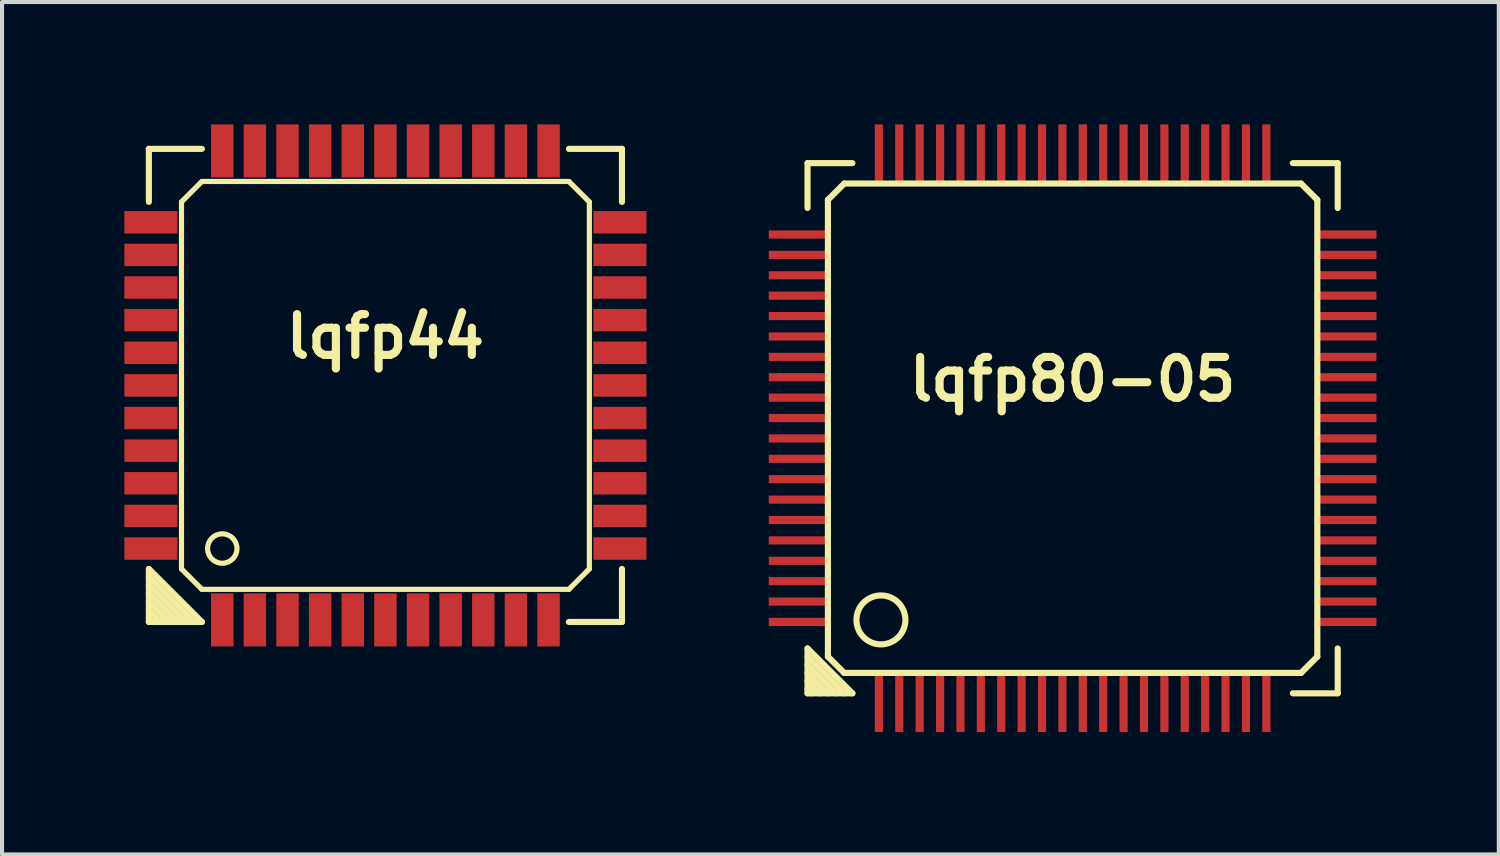
<source format=kicad_pcb>
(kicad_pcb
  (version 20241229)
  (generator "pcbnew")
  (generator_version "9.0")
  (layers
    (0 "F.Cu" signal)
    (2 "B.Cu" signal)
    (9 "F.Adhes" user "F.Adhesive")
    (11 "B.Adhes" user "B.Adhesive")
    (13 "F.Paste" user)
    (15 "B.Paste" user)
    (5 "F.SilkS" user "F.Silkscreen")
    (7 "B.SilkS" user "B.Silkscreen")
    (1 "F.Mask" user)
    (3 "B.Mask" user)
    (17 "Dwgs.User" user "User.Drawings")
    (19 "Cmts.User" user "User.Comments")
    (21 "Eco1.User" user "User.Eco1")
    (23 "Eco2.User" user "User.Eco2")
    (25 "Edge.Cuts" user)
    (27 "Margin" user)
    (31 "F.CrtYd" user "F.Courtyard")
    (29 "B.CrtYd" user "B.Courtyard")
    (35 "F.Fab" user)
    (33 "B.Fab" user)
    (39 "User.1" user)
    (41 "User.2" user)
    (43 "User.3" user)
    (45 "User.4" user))
  (footprint "lqfp44"
    (layer "F.Cu")
    (at 6.4 6.4)
    (property "Reference" "lqfp44" (at 0 -1.2 0) (layer "F.SilkS") (effects (font (size 1 1) (thickness 0.2))))
    (attr through_hole)
    (fp_line (start -5.8 -5.8) (end -4.5 -5.8) (stroke (width 0.15) (type solid)) (layer "F.SilkS"))
    (fp_line (start -5.8 -4.5) (end -5.8 -5.8) (stroke (width 0.15) (type solid)) (layer "F.SilkS"))
    (fp_line (start -5.8 4.5) (end -4.5 5.8) (stroke (width 0.15) (type solid)) (layer "F.SilkS"))
    (fp_line (start -5.8 4.9) (end -4.9 5.8) (stroke (width 0.15) (type solid)) (layer "F.SilkS"))
    (fp_line (start -5.8 5.3) (end -5.3 5.8) (stroke (width 0.15) (type solid)) (layer "F.SilkS"))
    (fp_line (start -5.8 5.7) (end -5.7 5.8) (stroke (width 0.15) (type solid)) (layer "F.SilkS"))
    (fp_line (start -5.8 5.8) (end -5.8 4.5) (stroke (width 0.15) (type solid)) (layer "F.SilkS"))
    (fp_line (start -5.5 5.8) (end -5.8 5.5) (stroke (width 0.15) (type solid)) (layer "F.SilkS"))
    (fp_line (start -5.1 5.8) (end -5.8 5.1) (stroke (width 0.15) (type solid)) (layer "F.SilkS"))
    (fp_line (start -5 -4.5) (end -4.5 -5) (stroke (width 0.127) (type solid)) (layer "F.SilkS"))
    (fp_line (start -5 4.5) (end -5 -4.5) (stroke (width 0.127) (type solid)) (layer "F.SilkS"))
    (fp_line (start -4.7 5.8) (end -5.8 4.7) (stroke (width 0.15) (type solid)) (layer "F.SilkS"))
    (fp_line (start -4.5 -5) (end 4.5 -5) (stroke (width 0.127) (type solid)) (layer "F.SilkS"))
    (fp_line (start -4.5 5) (end -5 4.5) (stroke (width 0.127) (type solid)) (layer "F.SilkS"))
    (fp_line (start -4.5 5.8) (end -5.8 5.8) (stroke (width 0.15) (type solid)) (layer "F.SilkS"))
    (fp_line (start 4.5 -5.8) (end 5.8 -5.8) (stroke (width 0.15) (type solid)) (layer "F.SilkS"))
    (fp_line (start 4.5 -5) (end 5 -4.5) (stroke (width 0.127) (type solid)) (layer "F.SilkS"))
    (fp_line (start 4.5 5) (end -4.5 5) (stroke (width 0.127) (type solid)) (layer "F.SilkS"))
    (fp_line (start 5 4.5) (end 4.5 5) (stroke (width 0.127) (type solid)) (layer "F.SilkS"))
    (fp_line (start 5 4.5) (end 5 -4.5) (stroke (width 0.127) (type solid)) (layer "F.SilkS"))
    (fp_line (start 5.8 -5.8) (end 5.8 -4.5) (stroke (width 0.15) (type solid)) (layer "F.SilkS"))
    (fp_line (start 5.8 4.5) (end 5.8 5.8) (stroke (width 0.15) (type solid)) (layer "F.SilkS"))
    (fp_line (start 5.8 5.8) (end 4.5 5.8) (stroke (width 0.15) (type solid)) (layer "F.SilkS"))
    (fp_circle (center -4 4) (end -4.2 4.3) (stroke (width 0.127) (type solid)) (fill no) (layer "F.SilkS"))
    (pad "1" smd rect (at -4 5.75) (size 0.55 1.3) (layers "F.Cu" "F.Mask" "F.Paste"))
    (pad "2" smd rect (at -3.2 5.75) (size 0.55 1.3) (layers "F.Cu" "F.Mask" "F.Paste"))
    (pad "3" smd rect (at -2.4 5.75) (size 0.55 1.3) (layers "F.Cu" "F.Mask" "F.Paste"))
    (pad "4" smd rect (at -1.6 5.75) (size 0.55 1.3) (layers "F.Cu" "F.Mask" "F.Paste"))
    (pad "5" smd rect (at -0.8 5.75) (size 0.55 1.3) (layers "F.Cu" "F.Mask" "F.Paste"))
    (pad "6" smd rect (at 0 5.75) (size 0.55 1.3) (layers "F.Cu" "F.Mask" "F.Paste"))
    (pad "7" smd rect (at 0.8 5.75) (size 0.55 1.3) (layers "F.Cu" "F.Mask" "F.Paste"))
    (pad "8" smd rect (at 1.6 5.75) (size 0.55 1.3) (layers "F.Cu" "F.Mask" "F.Paste"))
    (pad "9" smd rect (at 2.4 5.75) (size 0.55 1.3) (layers "F.Cu" "F.Mask" "F.Paste"))
    (pad "10" smd rect (at 3.2 5.75) (size 0.55 1.3) (layers "F.Cu" "F.Mask" "F.Paste"))
    (pad "11" smd rect (at 4 5.75) (size 0.55 1.3) (layers "F.Cu" "F.Mask" "F.Paste"))
    (pad "12" smd rect (at 5.75 4) (size 1.3 0.55) (layers "F.Cu" "F.Mask" "F.Paste"))
    (pad "13" smd rect (at 5.75 3.2) (size 1.3 0.55) (layers "F.Cu" "F.Mask" "F.Paste"))
    (pad "14" smd rect (at 5.75 2.4) (size 1.3 0.55) (layers "F.Cu" "F.Mask" "F.Paste"))
    (pad "15" smd rect (at 5.75 1.6) (size 1.3 0.55) (layers "F.Cu" "F.Mask" "F.Paste"))
    (pad "16" smd rect (at 5.75 0.8) (size 1.3 0.55) (layers "F.Cu" "F.Mask" "F.Paste"))
    (pad "17" smd rect (at 5.75 0) (size 1.3 0.55) (layers "F.Cu" "F.Mask" "F.Paste"))
    (pad "18" smd rect (at 5.75 -0.8) (size 1.3 0.55) (layers "F.Cu" "F.Mask" "F.Paste"))
    (pad "19" smd rect (at 5.75 -1.6) (size 1.3 0.55) (layers "F.Cu" "F.Mask" "F.Paste"))
    (pad "20" smd rect (at 5.75 -2.4) (size 1.3 0.55) (layers "F.Cu" "F.Mask" "F.Paste"))
    (pad "21" smd rect (at 5.75 -3.2) (size 1.3 0.55) (layers "F.Cu" "F.Mask" "F.Paste"))
    (pad "22" smd rect (at 5.75 -4) (size 1.3 0.55) (layers "F.Cu" "F.Mask" "F.Paste"))
    (pad "23" smd rect (at 4 -5.75) (size 0.55 1.3) (layers "F.Cu" "F.Mask" "F.Paste"))
    (pad "24" smd rect (at 3.2 -5.75) (size 0.55 1.3) (layers "F.Cu" "F.Mask" "F.Paste"))
    (pad "25" smd rect (at 2.4 -5.75) (size 0.55 1.3) (layers "F.Cu" "F.Mask" "F.Paste"))
    (pad "26" smd rect (at 1.6 -5.75) (size 0.55 1.3) (layers "F.Cu" "F.Mask" "F.Paste"))
    (pad "27" smd rect (at 0.8 -5.75) (size 0.55 1.3) (layers "F.Cu" "F.Mask" "F.Paste"))
    (pad "28" smd rect (at 0 -5.75) (size 0.55 1.3) (layers "F.Cu" "F.Mask" "F.Paste"))
    (pad "29" smd rect (at -0.8 -5.75) (size 0.55 1.3) (layers "F.Cu" "F.Mask" "F.Paste"))
    (pad "30" smd rect (at -1.6 -5.75) (size 0.55 1.3) (layers "F.Cu" "F.Mask" "F.Paste"))
    (pad "31" smd rect (at -2.4 -5.75) (size 0.55 1.3) (layers "F.Cu" "F.Mask" "F.Paste"))
    (pad "32" smd rect (at -3.2 -5.75) (size 0.55 1.3) (layers "F.Cu" "F.Mask" "F.Paste"))
    (pad "33" smd rect (at -4 -5.75) (size 0.55 1.3) (layers "F.Cu" "F.Mask" "F.Paste"))
    (pad "34" smd rect (at -5.75 -4) (size 1.3 0.55) (layers "F.Cu" "F.Mask" "F.Paste"))
    (pad "35" smd rect (at -5.75 -3.2) (size 1.3 0.55) (layers "F.Cu" "F.Mask" "F.Paste"))
    (pad "36" smd rect (at -5.75 -2.4) (size 1.3 0.55) (layers "F.Cu" "F.Mask" "F.Paste"))
    (pad "37" smd rect (at -5.75 -1.6) (size 1.3 0.55) (layers "F.Cu" "F.Mask" "F.Paste"))
    (pad "38" smd rect (at -5.75 -0.8) (size 1.3 0.55) (layers "F.Cu" "F.Mask" "F.Paste"))
    (pad "39" smd rect (at -5.75 0) (size 1.3 0.55) (layers "F.Cu" "F.Mask" "F.Paste"))
    (pad "40" smd rect (at -5.75 0.8) (size 1.3 0.55) (layers "F.Cu" "F.Mask" "F.Paste"))
    (pad "41" smd rect (at -5.75 1.6) (size 1.3 0.55) (layers "F.Cu" "F.Mask" "F.Paste"))
    (pad "42" smd rect (at -5.75 2.4) (size 1.3 0.55) (layers "F.Cu" "F.Mask" "F.Paste"))
    (pad "43" smd rect (at -5.75 3.2) (size 1.3 0.55) (layers "F.Cu" "F.Mask" "F.Paste"))
    (pad "44" smd rect (at -5.75 4) (size 1.3 0.55) (layers "F.Cu" "F.Mask" "F.Paste")))
  (footprint "lqfp80-05"
    (layer "F.Cu")
    (at 23.25 7.45)
    (property "Reference" "lqfp80-05" (at 0 -1.2 0) (layer "F.SilkS") (effects (font (size 1 1) (thickness 0.2))))
    (attr through_hole)
    (fp_line (start -6.5 -6.5) (end -5.4 -6.5) (stroke (width 0.15) (type solid)) (layer "F.SilkS"))
    (fp_line (start -6.5 -5.4) (end -6.5 -6.5) (stroke (width 0.15) (type solid)) (layer "F.SilkS"))
    (fp_line (start -6.5 5.4) (end -6.5 6.5) (stroke (width 0.15) (type solid)) (layer "F.SilkS"))
    (fp_line (start -6.5 5.6) (end -5.6 6.5) (stroke (width 0.15) (type solid)) (layer "F.SilkS"))
    (fp_line (start -6.5 6) (end -6 6.5) (stroke (width 0.15) (type solid)) (layer "F.SilkS"))
    (fp_line (start -6.5 6.4) (end -6.4 6.5) (stroke (width 0.15) (type solid)) (layer "F.SilkS"))
    (fp_line (start -6.5 6.5) (end -5.4 6.5) (stroke (width 0.15) (type solid)) (layer "F.SilkS"))
    (fp_line (start -6.2 6.5) (end -6.5 6.2) (stroke (width 0.15) (type solid)) (layer "F.SilkS"))
    (fp_line (start -6 -5.6) (end -6 5.6) (stroke (width 0.15) (type solid)) (layer "F.SilkS"))
    (fp_line (start -6 5.6) (end -5.6 6) (stroke (width 0.15) (type solid)) (layer "F.SilkS"))
    (fp_line (start -5.8 6.5) (end -6.5 5.8) (stroke (width 0.15) (type solid)) (layer "F.SilkS"))
    (fp_line (start -5.6 -6) (end -6 -5.6) (stroke (width 0.15) (type solid)) (layer "F.SilkS"))
    (fp_line (start -5.6 6) (end 5.6 6) (stroke (width 0.15) (type solid)) (layer "F.SilkS"))
    (fp_line (start -5.4 6.5) (end -6.5 5.4) (stroke (width 0.15) (type solid)) (layer "F.SilkS"))
    (fp_line (start 5.4 6.5) (end 6.5 6.5) (stroke (width 0.15) (type solid)) (layer "F.SilkS"))
    (fp_line (start 5.6 -6) (end -5.6 -6) (stroke (width 0.15) (type solid)) (layer "F.SilkS"))
    (fp_line (start 5.6 6) (end 6 5.6) (stroke (width 0.15) (type solid)) (layer "F.SilkS"))
    (fp_line (start 6 -5.6) (end 5.6 -6) (stroke (width 0.15) (type solid)) (layer "F.SilkS"))
    (fp_line (start 6 5.6) (end 6 -5.6) (stroke (width 0.15) (type solid)) (layer "F.SilkS"))
    (fp_line (start 6.5 -6.5) (end 5.4 -6.5) (stroke (width 0.15) (type solid)) (layer "F.SilkS"))
    (fp_line (start 6.5 -6.5) (end 6.5 -5.4) (stroke (width 0.15) (type solid)) (layer "F.SilkS"))
    (fp_line (start 6.5 6.5) (end 6.5 5.4) (stroke (width 0.15) (type solid)) (layer "F.SilkS"))
    (fp_circle (center -4.7 4.7) (end -4.1 4.7) (stroke (width 0.15) (type solid)) (fill no) (layer "F.SilkS"))
    (pad "1" smd rect (at -4.75 6.7) (size 0.2 1.5) (layers "F.Cu" "F.Mask" "F.Paste"))
    (pad "2" smd rect (at -4.25 6.7) (size 0.2 1.5) (layers "F.Cu" "F.Mask" "F.Paste"))
    (pad "3" smd rect (at -3.75 6.7) (size 0.2 1.5) (layers "F.Cu" "F.Mask" "F.Paste"))
    (pad "4" smd rect (at -3.25 6.7) (size 0.2 1.5) (layers "F.Cu" "F.Mask" "F.Paste"))
    (pad "5" smd rect (at -2.75 6.7) (size 0.2 1.5) (layers "F.Cu" "F.Mask" "F.Paste"))
    (pad "6" smd rect (at -2.25 6.7) (size 0.2 1.5) (layers "F.Cu" "F.Mask" "F.Paste"))
    (pad "7" smd rect (at -1.75 6.7) (size 0.2 1.5) (layers "F.Cu" "F.Mask" "F.Paste"))
    (pad "8" smd rect (at -1.25 6.7) (size 0.2 1.5) (layers "F.Cu" "F.Mask" "F.Paste"))
    (pad "9" smd rect (at -0.75 6.7) (size 0.2 1.5) (layers "F.Cu" "F.Mask" "F.Paste"))
    (pad "10" smd rect (at -0.25 6.7) (size 0.2 1.5) (layers "F.Cu" "F.Mask" "F.Paste"))
    (pad "11" smd rect (at 0.25 6.7) (size 0.2 1.5) (layers "F.Cu" "F.Mask" "F.Paste"))
    (pad "12" smd rect (at 0.75 6.7) (size 0.2 1.5) (layers "F.Cu" "F.Mask" "F.Paste"))
    (pad "13" smd rect (at 1.25 6.7) (size 0.2 1.5) (layers "F.Cu" "F.Mask" "F.Paste"))
    (pad "14" smd rect (at 1.75 6.7) (size 0.2 1.5) (layers "F.Cu" "F.Mask" "F.Paste"))
    (pad "15" smd rect (at 2.25 6.7) (size 0.2 1.5) (layers "F.Cu" "F.Mask" "F.Paste"))
    (pad "16" smd rect (at 2.75 6.7) (size 0.2 1.5) (layers "F.Cu" "F.Mask" "F.Paste"))
    (pad "17" smd rect (at 3.25 6.7) (size 0.2 1.5) (layers "F.Cu" "F.Mask" "F.Paste"))
    (pad "18" smd rect (at 3.75 6.7) (size 0.2 1.5) (layers "F.Cu" "F.Mask" "F.Paste"))
    (pad "19" smd rect (at 4.25 6.7) (size 0.2 1.5) (layers "F.Cu" "F.Mask" "F.Paste"))
    (pad "20" smd rect (at 4.75 6.7) (size 0.2 1.5) (layers "F.Cu" "F.Mask" "F.Paste"))
    (pad "21" smd rect (at 6.7 4.75) (size 1.5 0.2) (layers "F.Cu" "F.Mask" "F.Paste"))
    (pad "22" smd rect (at 6.7 4.25) (size 1.5 0.2) (layers "F.Cu" "F.Mask" "F.Paste"))
    (pad "23" smd rect (at 6.7 3.75) (size 1.5 0.2) (layers "F.Cu" "F.Mask" "F.Paste"))
    (pad "24" smd rect (at 6.7 3.25) (size 1.5 0.2) (layers "F.Cu" "F.Mask" "F.Paste"))
    (pad "25" smd rect (at 6.7 2.75) (size 1.5 0.2) (layers "F.Cu" "F.Mask" "F.Paste"))
    (pad "26" smd rect (at 6.7 2.25) (size 1.5 0.2) (layers "F.Cu" "F.Mask" "F.Paste"))
    (pad "27" smd rect (at 6.7 1.75) (size 1.5 0.2) (layers "F.Cu" "F.Mask" "F.Paste"))
    (pad "28" smd rect (at 6.7 1.25) (size 1.5 0.2) (layers "F.Cu" "F.Mask" "F.Paste"))
    (pad "29" smd rect (at 6.7 0.75) (size 1.5 0.2) (layers "F.Cu" "F.Mask" "F.Paste"))
    (pad "30" smd rect (at 6.7 0.25) (size 1.5 0.2) (layers "F.Cu" "F.Mask" "F.Paste"))
    (pad "31" smd rect (at 6.7 -0.25) (size 1.5 0.2) (layers "F.Cu" "F.Mask" "F.Paste"))
    (pad "32" smd rect (at 6.7 -0.75) (size 1.5 0.2) (layers "F.Cu" "F.Mask" "F.Paste"))
    (pad "33" smd rect (at 6.7 -1.25) (size 1.5 0.2) (layers "F.Cu" "F.Mask" "F.Paste"))
    (pad "34" smd rect (at 6.7 -1.75) (size 1.5 0.2) (layers "F.Cu" "F.Mask" "F.Paste"))
    (pad "35" smd rect (at 6.7 -2.25) (size 1.5 0.2) (layers "F.Cu" "F.Mask" "F.Paste"))
    (pad "36" smd rect (at 6.7 -2.75) (size 1.5 0.2) (layers "F.Cu" "F.Mask" "F.Paste"))
    (pad "37" smd rect (at 6.7 -3.25) (size 1.5 0.2) (layers "F.Cu" "F.Mask" "F.Paste"))
    (pad "38" smd rect (at 6.7 -3.75) (size 1.5 0.2) (layers "F.Cu" "F.Mask" "F.Paste"))
    (pad "39" smd rect (at 6.7 -4.25) (size 1.5 0.2) (layers "F.Cu" "F.Mask" "F.Paste"))
    (pad "40" smd rect (at 6.7 -4.75) (size 1.5 0.2) (layers "F.Cu" "F.Mask" "F.Paste"))
    (pad "41" smd rect (at 4.75 -6.7) (size 0.2 1.5) (layers "F.Cu" "F.Mask" "F.Paste"))
    (pad "42" smd rect (at 4.25 -6.7) (size 0.2 1.5) (layers "F.Cu" "F.Mask" "F.Paste"))
    (pad "43" smd rect (at 3.75 -6.7) (size 0.2 1.5) (layers "F.Cu" "F.Mask" "F.Paste"))
    (pad "44" smd rect (at 3.25 -6.7) (size 0.2 1.5) (layers "F.Cu" "F.Mask" "F.Paste"))
    (pad "45" smd rect (at 2.75 -6.7) (size 0.2 1.5) (layers "F.Cu" "F.Mask" "F.Paste"))
    (pad "46" smd rect (at 2.25 -6.7) (size 0.2 1.5) (layers "F.Cu" "F.Mask" "F.Paste"))
    (pad "47" smd rect (at 1.75 -6.7) (size 0.2 1.5) (layers "F.Cu" "F.Mask" "F.Paste"))
    (pad "48" smd rect (at 1.25 -6.7) (size 0.2 1.5) (layers "F.Cu" "F.Mask" "F.Paste"))
    (pad "49" smd rect (at 0.75 -6.7) (size 0.2 1.5) (layers "F.Cu" "F.Mask" "F.Paste"))
    (pad "50" smd rect (at 0.25 -6.7) (size 0.2 1.5) (layers "F.Cu" "F.Mask" "F.Paste"))
    (pad "51" smd rect (at -0.25 -6.7) (size 0.2 1.5) (layers "F.Cu" "F.Mask" "F.Paste"))
    (pad "52" smd rect (at -0.75 -6.7) (size 0.2 1.5) (layers "F.Cu" "F.Mask" "F.Paste"))
    (pad "53" smd rect (at -1.25 -6.7) (size 0.2 1.5) (layers "F.Cu" "F.Mask" "F.Paste"))
    (pad "54" smd rect (at -1.75 -6.7) (size 0.2 1.5) (layers "F.Cu" "F.Mask" "F.Paste"))
    (pad "55" smd rect (at -2.25 -6.7) (size 0.2 1.5) (layers "F.Cu" "F.Mask" "F.Paste"))
    (pad "56" smd rect (at -2.75 -6.7) (size 0.2 1.5) (layers "F.Cu" "F.Mask" "F.Paste"))
    (pad "57" smd rect (at -3.25 -6.7) (size 0.2 1.5) (layers "F.Cu" "F.Mask" "F.Paste"))
    (pad "58" smd rect (at -3.75 -6.7) (size 0.2 1.5) (layers "F.Cu" "F.Mask" "F.Paste"))
    (pad "59" smd rect (at -4.25 -6.7) (size 0.2 1.5) (layers "F.Cu" "F.Mask" "F.Paste"))
    (pad "60" smd rect (at -4.75 -6.7) (size 0.2 1.5) (layers "F.Cu" "F.Mask" "F.Paste"))
    (pad "61" smd rect (at -6.7 -4.75) (size 1.5 0.2) (layers "F.Cu" "F.Mask" "F.Paste"))
    (pad "62" smd rect (at -6.7 -4.25) (size 1.5 0.2) (layers "F.Cu" "F.Mask" "F.Paste"))
    (pad "63" smd rect (at -6.7 -3.75) (size 1.5 0.2) (layers "F.Cu" "F.Mask" "F.Paste"))
    (pad "64" smd rect (at -6.7 -3.25) (size 1.5 0.2) (layers "F.Cu" "F.Mask" "F.Paste"))
    (pad "65" smd rect (at -6.7 -2.75) (size 1.5 0.2) (layers "F.Cu" "F.Mask" "F.Paste"))
    (pad "66" smd rect (at -6.7 -2.25) (size 1.5 0.2) (layers "F.Cu" "F.Mask" "F.Paste"))
    (pad "67" smd rect (at -6.7 -1.75) (size 1.5 0.2) (layers "F.Cu" "F.Mask" "F.Paste"))
    (pad "68" smd rect (at -6.7 -1.25) (size 1.5 0.2) (layers "F.Cu" "F.Mask" "F.Paste"))
    (pad "69" smd rect (at -6.7 -0.75) (size 1.5 0.2) (layers "F.Cu" "F.Mask" "F.Paste"))
    (pad "70" smd rect (at -6.7 -0.25) (size 1.5 0.2) (layers "F.Cu" "F.Mask" "F.Paste"))
    (pad "71" smd rect (at -6.7 0.25) (size 1.5 0.2) (layers "F.Cu" "F.Mask" "F.Paste"))
    (pad "72" smd rect (at -6.7 0.75) (size 1.5 0.2) (layers "F.Cu" "F.Mask" "F.Paste"))
    (pad "73" smd rect (at -6.7 1.25) (size 1.5 0.2) (layers "F.Cu" "F.Mask" "F.Paste"))
    (pad "74" smd rect (at -6.7 1.75) (size 1.5 0.2) (layers "F.Cu" "F.Mask" "F.Paste"))
    (pad "75" smd rect (at -6.7 2.25) (size 1.5 0.2) (layers "F.Cu" "F.Mask" "F.Paste"))
    (pad "76" smd rect (at -6.7 2.75) (size 1.5 0.2) (layers "F.Cu" "F.Mask" "F.Paste"))
    (pad "77" smd rect (at -6.7 3.25) (size 1.5 0.2) (layers "F.Cu" "F.Mask" "F.Paste"))
    (pad "78" smd rect (at -6.7 3.75) (size 1.5 0.2) (layers "F.Cu" "F.Mask" "F.Paste"))
    (pad "79" smd rect (at -6.7 4.25) (size 1.5 0.2) (layers "F.Cu" "F.Mask" "F.Paste"))
    (pad "80" smd rect (at -6.7 4.75) (size 1.5 0.2) (layers "F.Cu" "F.Mask" "F.Paste")))
  (gr_rect
    (start -3 -3)
    (end 33.7 17.9)
    (stroke (width 0.1) (type default))
    (fill no)
    (layer "Edge.Cuts")))
</source>
